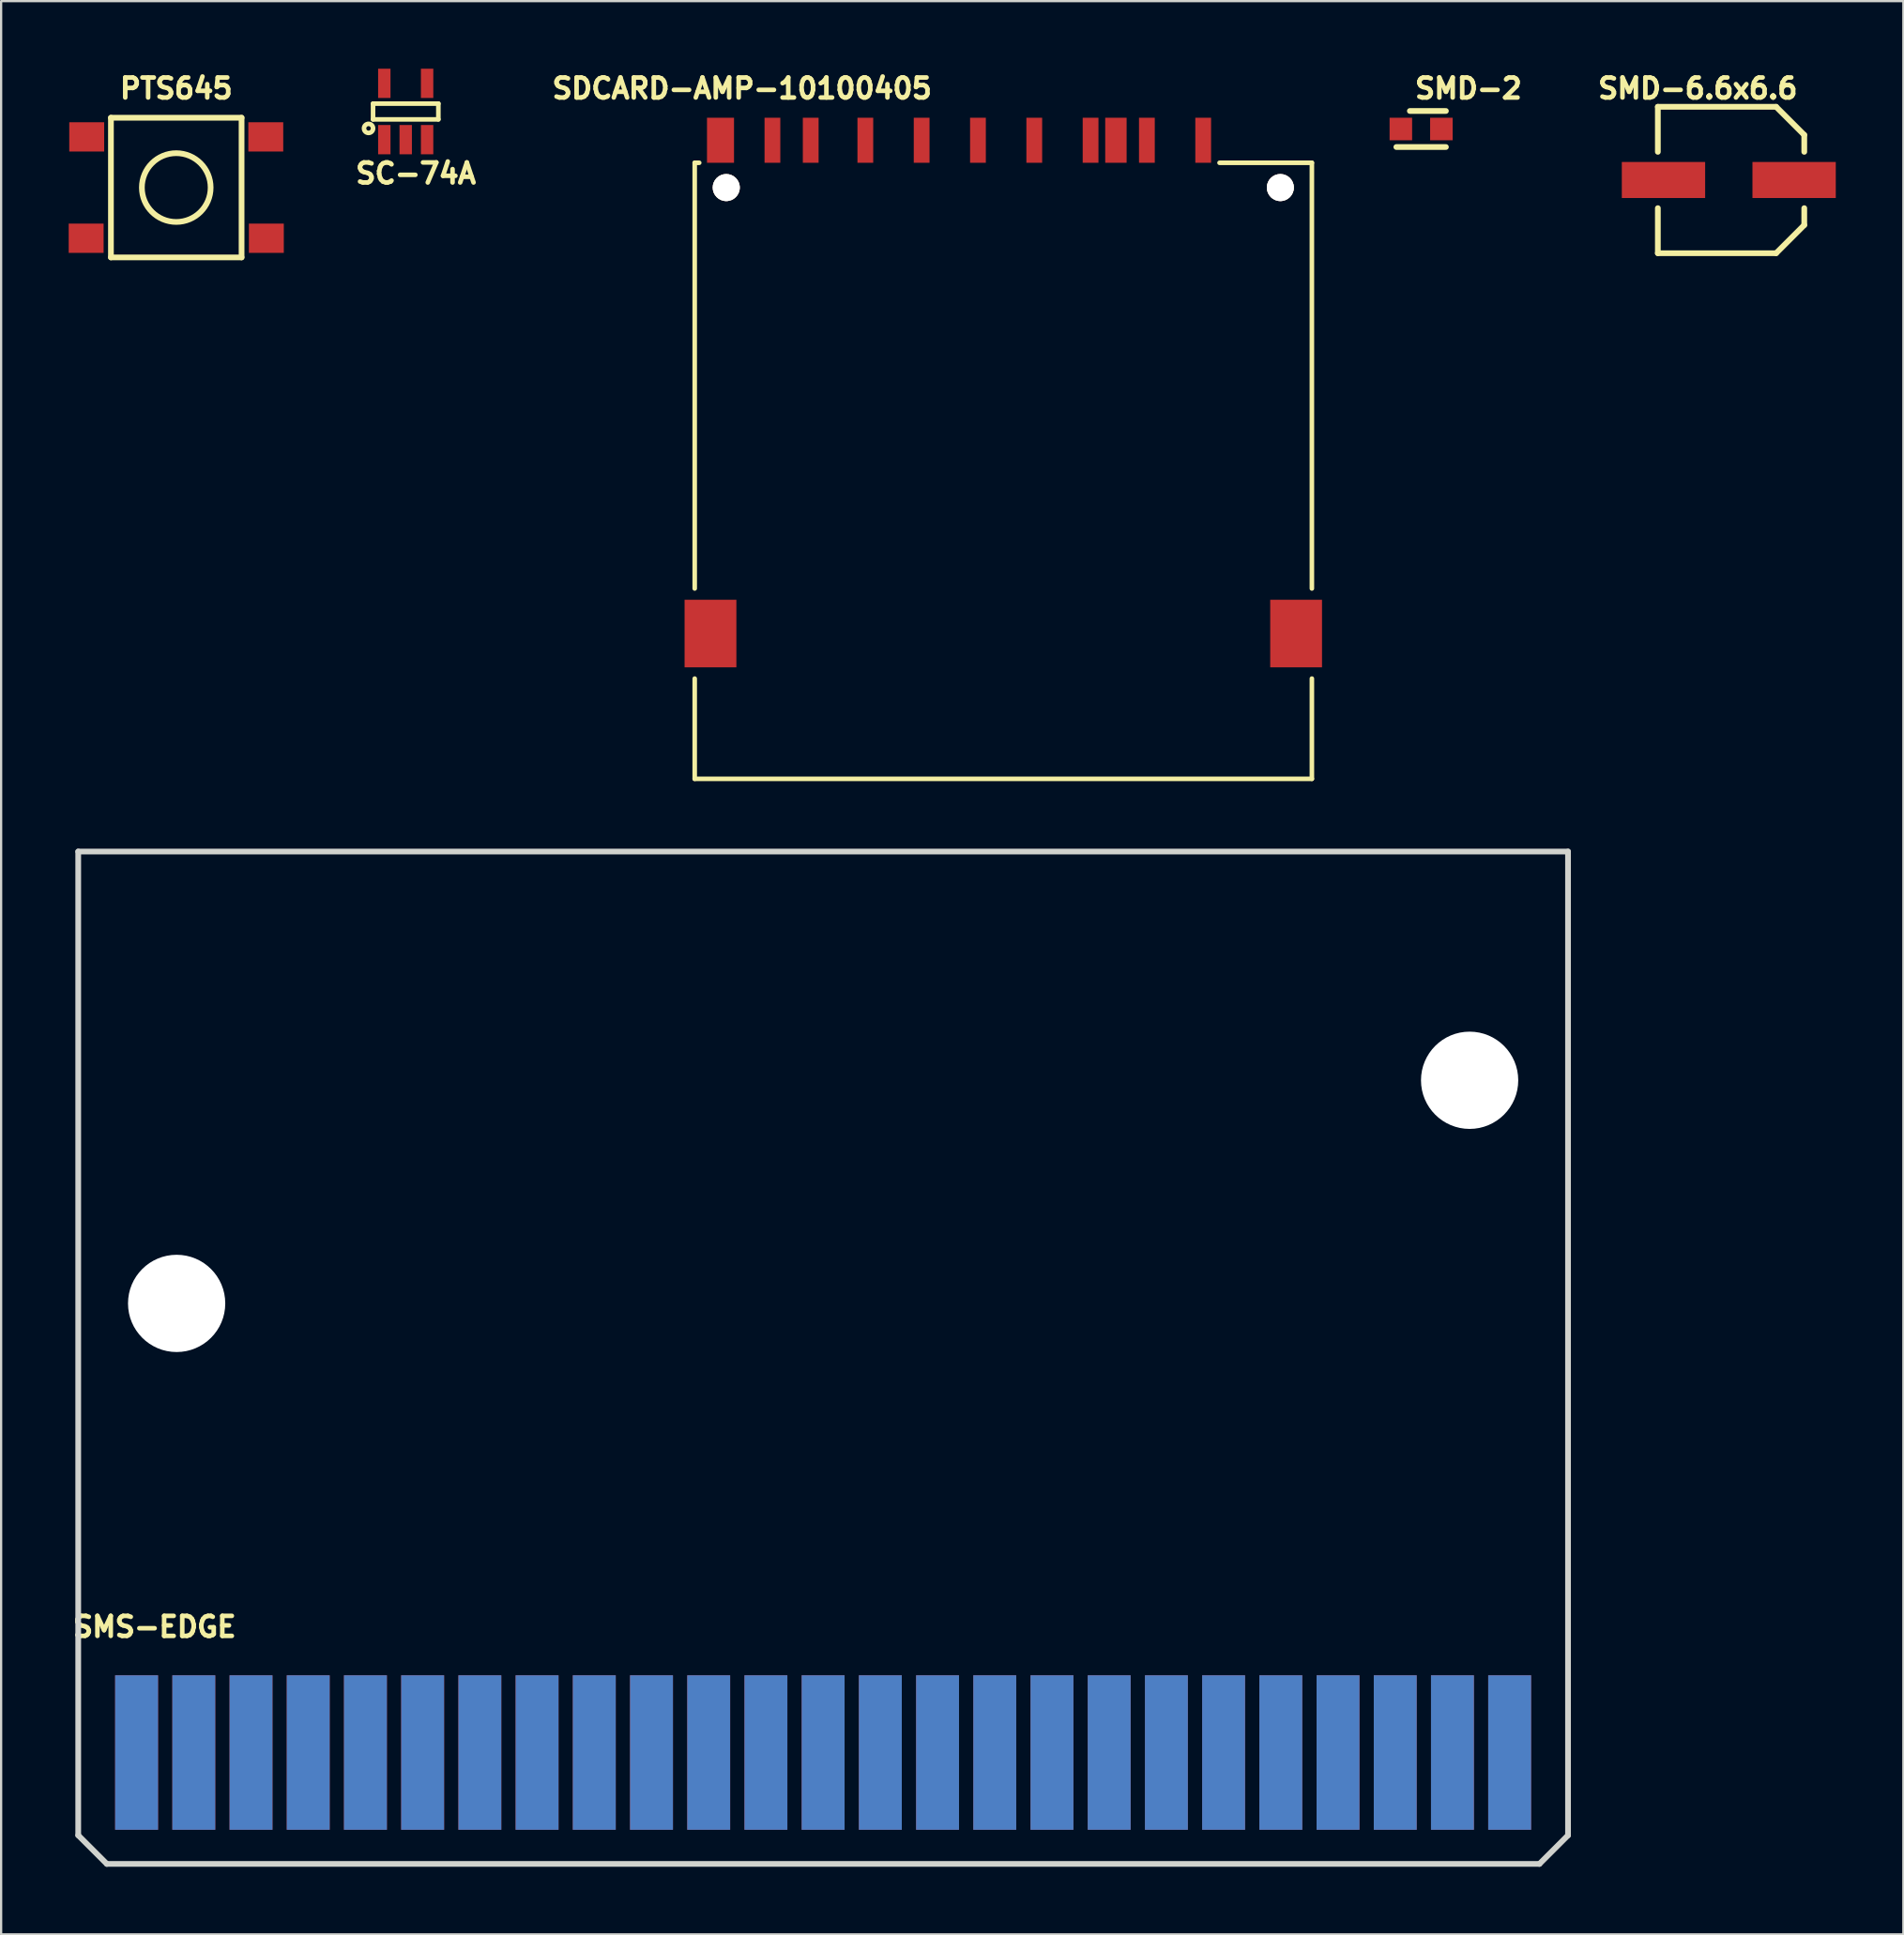
<source format=kicad_pcb>
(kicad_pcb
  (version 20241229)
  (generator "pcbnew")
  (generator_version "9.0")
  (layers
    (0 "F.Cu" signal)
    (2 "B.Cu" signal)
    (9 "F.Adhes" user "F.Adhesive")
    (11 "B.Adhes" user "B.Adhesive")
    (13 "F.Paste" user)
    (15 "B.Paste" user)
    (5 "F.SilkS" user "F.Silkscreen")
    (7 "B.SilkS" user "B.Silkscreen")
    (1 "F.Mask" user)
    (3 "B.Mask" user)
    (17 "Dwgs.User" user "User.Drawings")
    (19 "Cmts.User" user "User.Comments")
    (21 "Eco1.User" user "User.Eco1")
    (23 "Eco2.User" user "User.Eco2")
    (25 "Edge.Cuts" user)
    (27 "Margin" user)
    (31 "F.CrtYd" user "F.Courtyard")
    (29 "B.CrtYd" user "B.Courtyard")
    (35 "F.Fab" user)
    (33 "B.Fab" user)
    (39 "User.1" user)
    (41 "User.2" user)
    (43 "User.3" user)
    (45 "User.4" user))
  (footprint "SC-74A"
    (layer "F.Cu")
    (at 14.012 3.15)
    (property "Reference" "SC-74A" (at 1.4 1.5 0) (layer "F.SilkS") (effects (font (size 0.889 0.889) (thickness 0.203))))
    (attr smd)
    (fp_line (start -0.5 -1.6) (end 2.4 -1.6) (stroke (width 0.203) (type solid)) (layer "F.SilkS"))
    (fp_line (start -0.5 -0.9) (end -0.5 -1.6) (stroke (width 0.203) (type solid)) (layer "F.SilkS"))
    (fp_line (start 2.4 -1.6) (end 2.4 -0.9) (stroke (width 0.203) (type solid)) (layer "F.SilkS"))
    (fp_line (start 2.4 -0.9) (end -0.5 -0.9) (stroke (width 0.203) (type solid)) (layer "F.SilkS"))
    (fp_circle (center -0.7 -0.5) (end -0.7 -0.4) (stroke (width 0.203) (type solid)) (fill no) (layer "F.SilkS"))
    (pad "1" smd rect (at 0 0) (size 0.55 1.3) (layers "F.Cu" "F.Mask" "F.Paste"))
    (pad "2" smd rect (at 0.95 0) (size 0.55 1.3) (layers "F.Cu" "F.Mask" "F.Paste"))
    (pad "3" smd rect (at 1.9 0) (size 0.55 1.3) (layers "F.Cu" "F.Mask" "F.Paste"))
    (pad "4" smd rect (at 1.9 -2.5) (size 0.55 1.3) (layers "F.Cu" "F.Mask" "F.Paste"))
    (pad "5" smd rect (at 0 -2.5) (size 0.55 1.3) (layers "F.Cu" "F.Mask" "F.Paste")))
  (footprint "SMS-EDGE"
    (layer "F.Cu")
    (at 3.014 74.755)
    (property "Reference" "SMS-EDGE" (at 0.8 -5.58 0) (layer "F.SilkS") (effects (font (size 0.889 0.889) (thickness 0.203))))
    (attr through_hole)
    (fp_line (start -2.591 -40) (end -2.591 3.675) (stroke (width 0.254) (type solid)) (layer "Edge.Cuts"))
    (fp_line (start -2.591 -40) (end 63.551 -40) (stroke (width 0.254) (type solid)) (layer "Edge.Cuts"))
    (fp_line (start -2.591 3.675) (end -1.321 4.945) (stroke (width 0.254) (type solid)) (layer "Edge.Cuts"))
    (fp_line (start -1.321 4.945) (end 62.281 4.945) (stroke (width 0.254) (type solid)) (layer "Edge.Cuts"))
    (fp_line (start 62.281 4.945) (end 63.551 3.675) (stroke (width 0.254) (type solid)) (layer "Edge.Cuts"))
    (fp_line (start 63.551 3.675) (end 63.551 -40) (stroke (width 0.254) (type solid)) (layer "Edge.Cuts"))
    (pad "" np_thru_hole circle (at 1.778 -19.939) (size 4.318 4.318) (drill 4.318) (layers "*.Cu" "*.Mask"))
    (pad "" np_thru_hole circle (at 59.182 -29.845) (size 4.318 4.318) (drill 4.318) (layers "*.Cu" "*.Mask"))
    (pad "1" smd rect (at 60.96 0) (size 1.905 6.858) (layers "B.Cu"))
    (pad "2" smd rect (at 60.96 0) (size 1.905 6.858) (layers "F.Cu"))
    (pad "3" smd rect (at 58.42 0) (size 1.905 6.858) (layers "B.Cu"))
    (pad "4" smd rect (at 58.42 0) (size 1.905 6.858) (layers "F.Cu"))
    (pad "5" smd rect (at 55.88 0) (size 1.905 6.858) (layers "B.Cu"))
    (pad "6" smd rect (at 55.88 0) (size 1.905 6.858) (layers "F.Cu"))
    (pad "7" smd rect (at 53.34 0) (size 1.905 6.858) (layers "B.Cu"))
    (pad "8" smd rect (at 53.34 0) (size 1.905 6.858) (layers "F.Cu"))
    (pad "9" smd rect (at 50.8 0) (size 1.905 6.858) (layers "B.Cu"))
    (pad "10" smd rect (at 50.8 0) (size 1.905 6.858) (layers "F.Cu"))
    (pad "11" smd rect (at 48.26 0) (size 1.905 6.858) (layers "B.Cu"))
    (pad "12" smd rect (at 48.26 0) (size 1.905 6.858) (layers "F.Cu"))
    (pad "13" smd rect (at 45.72 0) (size 1.905 6.858) (layers "B.Cu"))
    (pad "14" smd rect (at 45.72 0) (size 1.905 6.858) (layers "F.Cu"))
    (pad "15" smd rect (at 43.18 0) (size 1.905 6.858) (layers "B.Cu"))
    (pad "16" smd rect (at 43.18 0) (size 1.905 6.858) (layers "F.Cu"))
    (pad "17" smd rect (at 40.64 0) (size 1.905 6.858) (layers "B.Cu"))
    (pad "18" smd rect (at 40.64 0) (size 1.905 6.858) (layers "F.Cu"))
    (pad "19" smd rect (at 38.1 0) (size 1.905 6.858) (layers "B.Cu"))
    (pad "20" smd rect (at 38.1 0) (size 1.905 6.858) (layers "F.Cu"))
    (pad "21" smd rect (at 35.56 0) (size 1.905 6.858) (layers "B.Cu"))
    (pad "22" smd rect (at 35.56 0) (size 1.905 6.858) (layers "F.Cu"))
    (pad "23" smd rect (at 33.02 0) (size 1.905 6.858) (layers "B.Cu"))
    (pad "24" smd rect (at 33.02 0) (size 1.905 6.858) (layers "F.Cu"))
    (pad "25" smd rect (at 30.48 0) (size 1.905 6.858) (layers "B.Cu"))
    (pad "26" smd rect (at 30.48 0) (size 1.905 6.858) (layers "F.Cu"))
    (pad "27" smd rect (at 27.94 0) (size 1.905 6.858) (layers "B.Cu"))
    (pad "28" smd rect (at 27.94 0) (size 1.905 6.858) (layers "F.Cu"))
    (pad "29" smd rect (at 25.4 0) (size 1.905 6.858) (layers "B.Cu"))
    (pad "30" smd rect (at 25.4 0) (size 1.905 6.858) (layers "F.Cu"))
    (pad "31" smd rect (at 22.86 0) (size 1.905 6.858) (layers "B.Cu"))
    (pad "32" smd rect (at 22.86 0) (size 1.905 6.858) (layers "F.Cu"))
    (pad "33" smd rect (at 20.32 0) (size 1.905 6.858) (layers "B.Cu"))
    (pad "34" smd rect (at 20.32 0) (size 1.905 6.858) (layers "F.Cu"))
    (pad "35" smd rect (at 17.78 0) (size 1.905 6.858) (layers "B.Cu"))
    (pad "36" smd rect (at 17.78 0) (size 1.905 6.858) (layers "F.Cu"))
    (pad "37" smd rect (at 15.24 0) (size 1.905 6.858) (layers "B.Cu"))
    (pad "38" smd rect (at 15.24 0) (size 1.905 6.858) (layers "F.Cu"))
    (pad "39" smd rect (at 12.7 0) (size 1.905 6.858) (layers "B.Cu"))
    (pad "40" smd rect (at 12.7 0) (size 1.905 6.858) (layers "F.Cu"))
    (pad "41" smd rect (at 10.16 0) (size 1.905 6.858) (layers "B.Cu"))
    (pad "42" smd rect (at 10.16 0) (size 1.905 6.858) (layers "F.Cu"))
    (pad "43" smd rect (at 7.62 0) (size 1.905 6.858) (layers "B.Cu"))
    (pad "44" smd rect (at 7.62 0) (size 1.905 6.858) (layers "F.Cu"))
    (pad "45" smd rect (at 5.08 0) (size 1.905 6.858) (layers "B.Cu"))
    (pad "46" smd rect (at 5.08 0) (size 1.905 6.858) (layers "F.Cu"))
    (pad "47" smd rect (at 2.54 0) (size 1.905 6.858) (layers "B.Cu"))
    (pad "48" smd rect (at 2.54 0) (size 1.905 6.858) (layers "F.Cu"))
    (pad "49" smd rect (at 0 0) (size 1.905 6.858) (layers "B.Cu"))
    (pad "50" smd rect (at 0 0) (size 1.905 6.858) (layers "F.Cu")))
  (footprint "SDCARD-AMP-10100405"
    (layer "F.Cu")
    (at 41.493 4.177)
    (property "Reference" "SDCARD-AMP-10100405" (at -11.6 -3.3 0) (layer "F.SilkS") (effects (font (size 0.889 0.889) (thickness 0.203))))
    (attr through_hole)
    (fp_line (start -13.7 0) (end -13.7 18.9) (stroke (width 0.203) (type solid)) (layer "F.SilkS"))
    (fp_line (start -13.7 0) (end -13.5 0) (stroke (width 0.203) (type solid)) (layer "F.SilkS"))
    (fp_line (start -13.7 27.35) (end -13.7 22.9) (stroke (width 0.203) (type solid)) (layer "F.SilkS"))
    (fp_line (start -13.7 27.35) (end 13.7 27.35) (stroke (width 0.203) (type solid)) (layer "F.SilkS"))
    (fp_line (start 13.7 0) (end 9.6 0) (stroke (width 0.203) (type solid)) (layer "F.SilkS"))
    (fp_line (start 13.7 0) (end 13.7 18.9) (stroke (width 0.203) (type solid)) (layer "F.SilkS"))
    (fp_line (start 13.7 27.35) (end 13.7 22.9) (stroke (width 0.203) (type solid)) (layer "F.SilkS"))
    (pad "0" thru_hole circle (at -12.3 1.1) (size 1.2 1.2) (drill 1.2) (layers "*.Cu" "*.Mask" "F.SilkS"))
    (pad "0" thru_hole circle (at 12.3 1.1) (size 1.2 1.2) (drill 1.2) (layers "*.Cu" "*.Mask" "F.SilkS"))
    (pad "1" smd rect (at 6.375 -1) (size 0.7 2) (layers "F.Cu" "F.Mask" "F.Paste"))
    (pad "2" smd rect (at 3.875 -1) (size 0.7 2) (layers "F.Cu" "F.Mask" "F.Paste"))
    (pad "3" smd rect (at 1.375 -1) (size 0.7 2) (layers "F.Cu" "F.Mask" "F.Paste"))
    (pad "4" smd rect (at -1.125 -1) (size 0.7 2) (layers "F.Cu" "F.Mask" "F.Paste"))
    (pad "5" smd rect (at -3.625 -1) (size 0.7 2) (layers "F.Cu" "F.Mask" "F.Paste"))
    (pad "6" smd rect (at -6.125 -1) (size 0.7 2) (layers "F.Cu" "F.Mask" "F.Paste"))
    (pad "7" smd rect (at -8.55 -1) (size 0.7 2) (layers "F.Cu" "F.Mask" "F.Paste"))
    (pad "8" smd rect (at -10.25 -1) (size 0.7 2) (layers "F.Cu" "F.Mask" "F.Paste"))
    (pad "9" smd rect (at 8.875 -1) (size 0.7 2) (layers "F.Cu" "F.Mask" "F.Paste"))
    (pad "10" smd rect (at 5 -1) (size 0.95 2) (layers "F.Cu" "F.Mask" "F.Paste"))
    (pad "10" smd rect (at 13 20.9) (size 2.3 3) (layers "F.Cu" "F.Mask" "F.Paste"))
    (pad "11" smd rect (at -12.555 -1) (size 1.2 2) (layers "F.Cu" "F.Mask" "F.Paste"))
    (pad "12" smd rect (at -13 20.9) (size 2.3 3) (layers "F.Cu" "F.Mask" "F.Paste")))
  (footprint "SMD-2"
    (layer "F.Cu")
    (at 59.143 2.677)
    (property "Reference" "SMD-2" (at 3 -1.8 0) (layer "F.SilkS") (effects (font (size 0.889 0.889) (thickness 0.203))))
    (attr through_hole)
    (fp_line (start -0.2 0.8) (end 2 0.8) (stroke (width 0.254) (type solid)) (layer "F.SilkS"))
    (fp_line (start 0.4 -0.8) (end 2 -0.8) (stroke (width 0.254) (type solid)) (layer "F.SilkS"))
    (pad "1" smd rect (at 0 0) (size 1 1) (layers "F.Cu" "F.Mask" "F.Paste"))
    (pad "2" smd rect (at 1.8 0) (size 1 1) (layers "F.Cu" "F.Mask" "F.Paste")))
  (footprint "SMD-6.6x6.6"
    (layer "F.Cu")
    (at 70.803 4.941)
    (property "Reference" "SMD-6.6x6.6" (at 1.524 -4.064 0) (layer "F.SilkS") (effects (font (size 0.889 0.889) (thickness 0.203))))
    (attr through_hole)
    (fp_line (start -0.25 -3.25) (end 5 -3.25) (stroke (width 0.254) (type solid)) (layer "F.SilkS"))
    (fp_line (start -0.25 -1.25) (end -0.25 -3.25) (stroke (width 0.254) (type solid)) (layer "F.SilkS"))
    (fp_line (start -0.25 1.25) (end -0.25 3.25) (stroke (width 0.254) (type solid)) (layer "F.SilkS"))
    (fp_line (start -0.25 3.25) (end 5 3.25) (stroke (width 0.254) (type solid)) (layer "F.SilkS"))
    (fp_line (start 6.25 -2) (end 5 -3.25) (stroke (width 0.254) (type solid)) (layer "F.SilkS"))
    (fp_line (start 6.25 -1.25) (end 6.25 -2) (stroke (width 0.254) (type solid)) (layer "F.SilkS"))
    (fp_line (start 6.25 1.25) (end 6.25 2) (stroke (width 0.254) (type solid)) (layer "F.SilkS"))
    (fp_line (start 6.25 2) (end 5 3.25) (stroke (width 0.254) (type solid)) (layer "F.SilkS"))
    (pad "1" smd rect (at 5.8 0) (size 3.7 1.6) (layers "F.Cu" "F.Mask" "F.Paste"))
    (pad "2" smd rect (at 0 0) (size 3.7 1.6) (layers "F.Cu" "F.Mask" "F.Paste")))
  (footprint "PTS645"
    (layer "F.Cu")
    (at 4.775 5.277)
    (property "Reference" "PTS645" (at 0 -4.4 0) (layer "F.SilkS") (effects (font (size 0.889 0.889) (thickness 0.203))))
    (attr through_hole)
    (fp_line (start -2.9 -3.1) (end -2.9 3.1) (stroke (width 0.254) (type solid)) (layer "F.SilkS"))
    (fp_line (start -2.9 3.1) (end 2.9 3.1) (stroke (width 0.254) (type solid)) (layer "F.SilkS"))
    (fp_line (start 2.9 -3.1) (end -2.9 -3.1) (stroke (width 0.254) (type solid)) (layer "F.SilkS"))
    (fp_line (start 2.9 3.1) (end 2.9 -3.1) (stroke (width 0.254) (type solid)) (layer "F.SilkS"))
    (fp_circle (center 0 0) (end 1.3 0.8) (stroke (width 0.254) (type solid)) (fill no) (layer "F.SilkS"))
    (pad "1" smd rect (at -3.975 -2.25) (size 1.55 1.3) (layers "F.Cu" "F.Mask" "F.Paste"))
    (pad "2" smd rect (at 3.975 -2.25) (size 1.55 1.3) (layers "F.Cu" "F.Mask" "F.Paste"))
    (pad "3" smd rect (at -4 2.25) (size 1.55 1.3) (layers "F.Cu" "F.Mask" "F.Paste"))
    (pad "4" smd rect (at 4 2.25) (size 1.55 1.3) (layers "F.Cu" "F.Mask" "F.Paste")))
  (gr_rect
    (start -3 -3)
    (end 81.453 82.827)
    (stroke (width 0.1) (type default))
    (fill no)
    (layer "Edge.Cuts")))
</source>
